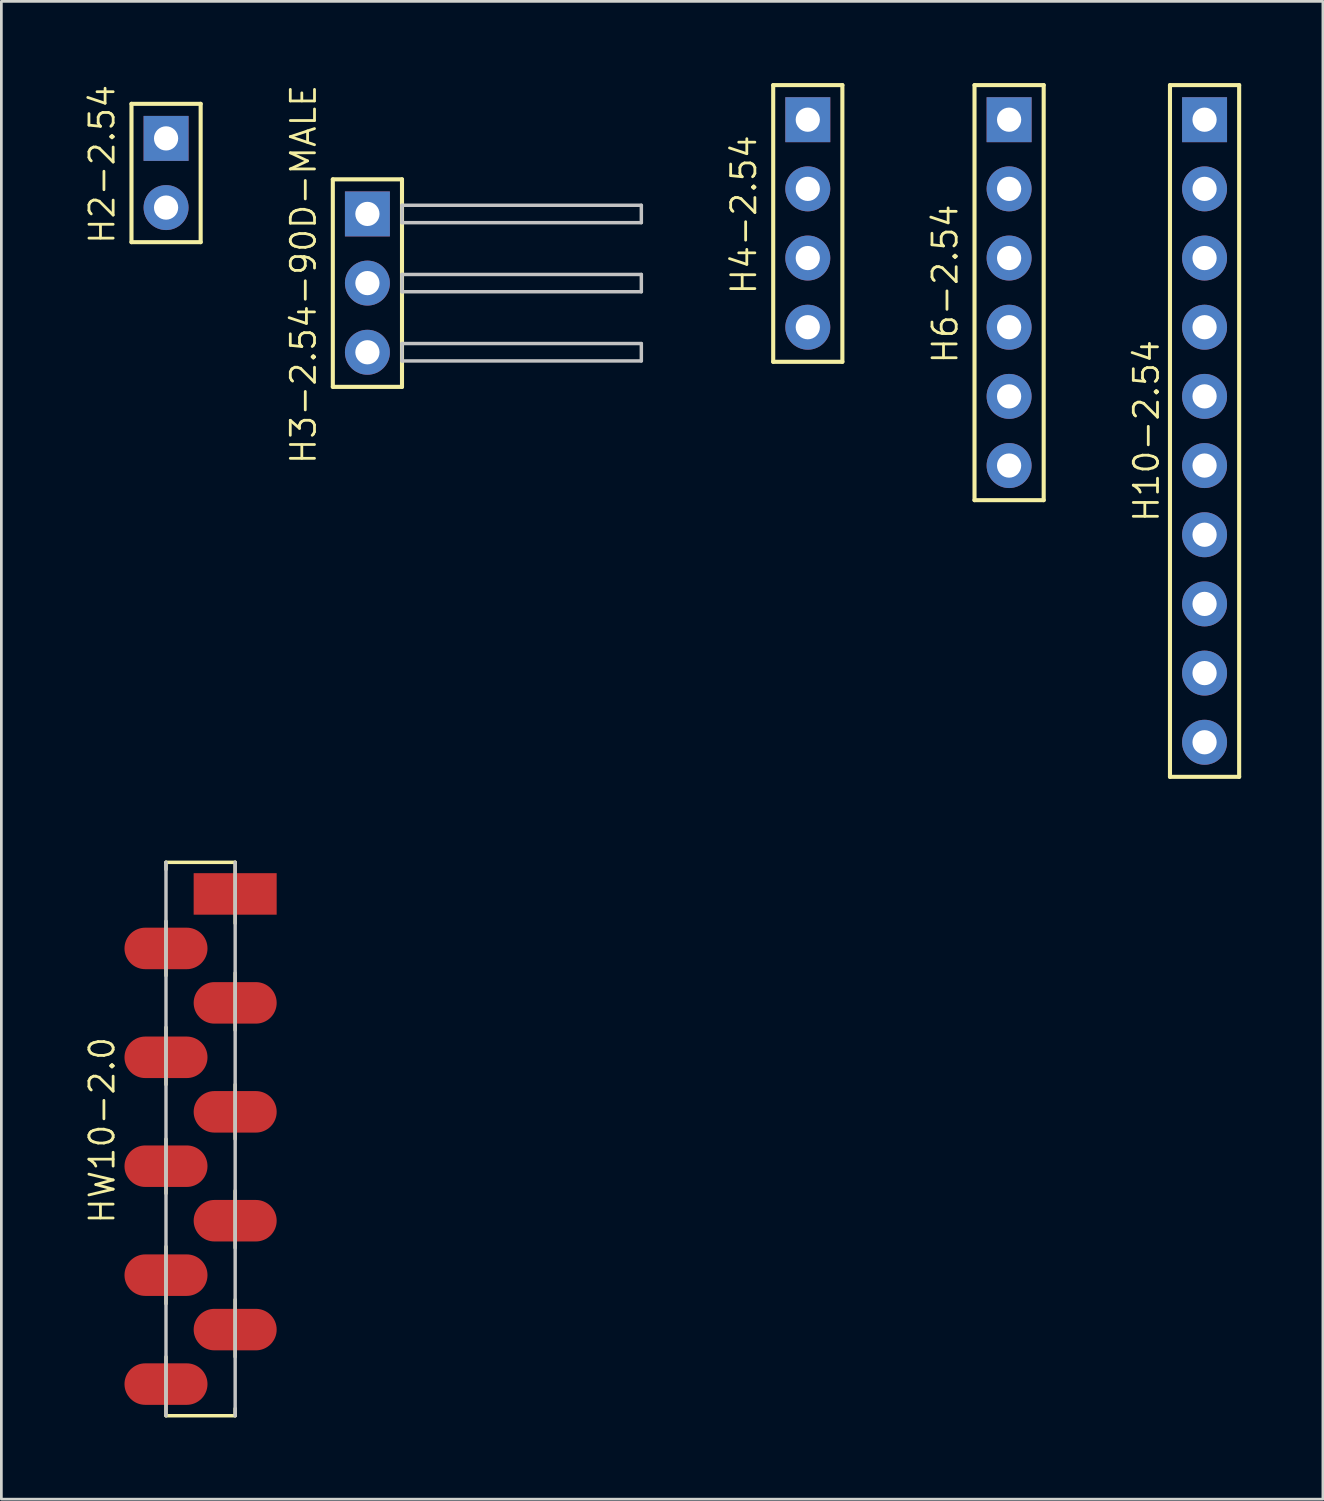
<source format=kicad_pcb>
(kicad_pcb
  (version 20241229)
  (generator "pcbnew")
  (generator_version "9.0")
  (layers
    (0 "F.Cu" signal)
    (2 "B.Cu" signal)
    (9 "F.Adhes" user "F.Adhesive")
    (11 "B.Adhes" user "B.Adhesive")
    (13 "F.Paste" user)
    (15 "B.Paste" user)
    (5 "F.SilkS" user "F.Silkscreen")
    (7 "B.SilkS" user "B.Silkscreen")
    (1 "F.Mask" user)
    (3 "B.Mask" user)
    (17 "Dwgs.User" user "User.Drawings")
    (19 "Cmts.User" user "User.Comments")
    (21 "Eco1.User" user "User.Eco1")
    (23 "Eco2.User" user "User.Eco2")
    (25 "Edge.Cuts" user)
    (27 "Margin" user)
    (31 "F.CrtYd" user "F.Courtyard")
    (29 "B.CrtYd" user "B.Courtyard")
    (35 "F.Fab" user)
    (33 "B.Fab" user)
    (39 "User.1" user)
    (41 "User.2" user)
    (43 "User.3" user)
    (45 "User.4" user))
  (footprint "HW10-2.0"
    (layer "F.Cu")
    (at 4.315 38.773)
    (property "Reference" "HW10-2.0" (at -3.617 -0.318 90) (layer "F.SilkS") (effects (font (size 0.889 0.889) (thickness 0.102))))
    (attr smd)
    (fp_line (start -1.27 -10.16) (end 1.27 -10.16) (stroke (width 0.127) (type solid)) (layer "F.SilkS"))
    (fp_line (start -1.27 -9.898) (end -1.27 -10.16) (stroke (width 0.127) (type solid)) (layer "F.SilkS"))
    (fp_line (start -1.27 -5.999) (end -1.27 -7.998) (stroke (width 0.127) (type solid)) (layer "F.SilkS"))
    (fp_line (start -1.27 -1.999) (end -1.27 -4.1) (stroke (width 0.127) (type solid)) (layer "F.SilkS"))
    (fp_line (start -1.27 1.999) (end -1.27 0) (stroke (width 0.127) (type solid)) (layer "F.SilkS"))
    (fp_line (start -1.27 6.048) (end -1.27 3.95) (stroke (width 0.127) (type solid)) (layer "F.SilkS"))
    (fp_line (start -1.27 10.16) (end -1.27 7.998) (stroke (width 0.127) (type solid)) (layer "F.SilkS"))
    (fp_line (start 1.27 -7.92) (end 1.27 -10.16) (stroke (width 0.127) (type solid)) (layer "F.SilkS"))
    (fp_line (start 1.27 -3.998) (end 1.27 -6.099) (stroke (width 0.127) (type solid)) (layer "F.SilkS"))
    (fp_line (start 1.27 0) (end 1.27 -1.999) (stroke (width 0.127) (type solid)) (layer "F.SilkS"))
    (fp_line (start 1.27 3.998) (end 1.27 1.9) (stroke (width 0.127) (type solid)) (layer "F.SilkS"))
    (fp_line (start 1.27 7.998) (end 1.27 5.898) (stroke (width 0.127) (type solid)) (layer "F.SilkS"))
    (fp_line (start 1.27 10.16) (end -1.27 10.16) (stroke (width 0.127) (type solid)) (layer "F.SilkS"))
    (fp_line (start 1.27 10.16) (end 1.27 9.898) (stroke (width 0.127) (type solid)) (layer "F.SilkS"))
    (fp_line (start -1.27 10.16) (end -1.27 -10.16) (stroke (width 0.127) (type solid)) (layer "Dwgs.User"))
    (fp_line (start 1.27 -10.16) (end 1.27 10.16) (stroke (width 0.127) (type solid)) (layer "Dwgs.User"))
    (pad "1" smd rect (at 1.27 -8.999) (size 3.048 1.524) (layers "F.Cu" "F.Mask" "F.Paste"))
    (pad "2" smd oval (at -1.27 -6.998) (size 3.048 1.524) (layers "F.Cu" "F.Mask" "F.Paste"))
    (pad "3" smd oval (at 1.27 -4.999) (size 3.048 1.524) (layers "F.Cu" "F.Mask" "F.Paste"))
    (pad "4" smd oval (at -1.27 -3) (size 3.048 1.524) (layers "F.Cu" "F.Mask" "F.Paste"))
    (pad "5" smd oval (at 1.27 -0.998) (size 3.048 1.524) (layers "F.Cu" "F.Mask" "F.Paste"))
    (pad "6" smd oval (at -1.27 0.998) (size 3.048 1.524) (layers "F.Cu" "F.Mask" "F.Paste"))
    (pad "7" smd oval (at 1.27 3) (size 3.048 1.524) (layers "F.Cu" "F.Mask" "F.Paste"))
    (pad "8" smd oval (at -1.27 4.999) (size 3.048 1.524) (layers "F.Cu" "F.Mask" "F.Paste"))
    (pad "9" smd oval (at 1.27 6.998) (size 3.048 1.524) (layers "F.Cu" "F.Mask" "F.Paste"))
    (pad "10" smd oval (at -1.27 8.999) (size 3.048 1.524) (layers "F.Cu" "F.Mask" "F.Paste")))
  (footprint "H6-2.54"
    (layer "F.Cu")
    (at 34.003 7.695)
    (property "Reference" "H6-2.54" (at -2.349 -0.318 90) (layer "F.SilkS") (effects (font (size 0.889 0.889) (thickness 0.102))))
    (attr exclude_from_pos_files exclude_from_bom)
    (fp_line (start -1.27 -7.62) (end 1.27 -7.62) (stroke (width 0.15) (type solid)) (layer "F.SilkS"))
    (fp_line (start -1.27 7.62) (end -1.27 -7.62) (stroke (width 0.15) (type solid)) (layer "F.SilkS"))
    (fp_line (start 1.27 -7.62) (end 1.27 7.62) (stroke (width 0.15) (type solid)) (layer "F.SilkS"))
    (fp_line (start 1.27 7.62) (end -1.27 7.62) (stroke (width 0.15) (type solid)) (layer "F.SilkS"))
    (pad "1" thru_hole rect (at 0 -6.35) (size 1.651 1.651) (drill 0.889) (layers "*.Cu" "*.Paste" "*.Mask"))
    (pad "2" thru_hole circle (at 0 -3.81) (size 1.651 1.651) (drill 0.889) (layers "*.Cu" "*.Paste" "*.Mask"))
    (pad "3" thru_hole circle (at 0 -1.27) (size 1.651 1.651) (drill 0.889) (layers "*.Cu" "*.Paste" "*.Mask"))
    (pad "4" thru_hole circle (at 0 1.27) (size 1.651 1.651) (drill 0.889) (layers "*.Cu" "*.Paste" "*.Mask"))
    (pad "5" thru_hole circle (at 0 3.81) (size 1.651 1.651) (drill 0.889) (layers "*.Cu" "*.Paste" "*.Mask"))
    (pad "6" thru_hole circle (at 0 6.35) (size 1.651 1.651) (drill 0.889) (layers "*.Cu" "*.Paste" "*.Mask")))
  (footprint "H10-2.54"
    (layer "F.Cu")
    (at 41.18 12.775)
    (property "Reference" "H10-2.54" (at -2.134 0 90) (layer "F.SilkS") (effects (font (size 0.889 0.889) (thickness 0.102))))
    (attr exclude_from_pos_files exclude_from_bom)
    (fp_line (start -1.27 -12.7) (end 1.27 -12.7) (stroke (width 0.15) (type solid)) (layer "F.SilkS"))
    (fp_line (start -1.27 12.7) (end -1.27 -12.7) (stroke (width 0.15) (type solid)) (layer "F.SilkS"))
    (fp_line (start 1.27 -12.7) (end 1.27 12.7) (stroke (width 0.15) (type solid)) (layer "F.SilkS"))
    (fp_line (start 1.27 12.7) (end -1.27 12.7) (stroke (width 0.15) (type solid)) (layer "F.SilkS"))
    (pad "1" thru_hole rect (at 0 -11.43) (size 1.651 1.651) (drill 0.889) (layers "*.Cu" "*.Paste" "*.Mask"))
    (pad "2" thru_hole circle (at 0 -8.89) (size 1.651 1.651) (drill 0.889) (layers "*.Cu" "*.Paste" "*.Mask"))
    (pad "3" thru_hole circle (at 0 -6.35) (size 1.651 1.651) (drill 0.889) (layers "*.Cu" "*.Paste" "*.Mask"))
    (pad "4" thru_hole circle (at 0 -3.81) (size 1.651 1.651) (drill 0.889) (layers "*.Cu" "*.Paste" "*.Mask"))
    (pad "5" thru_hole circle (at 0 -1.27) (size 1.651 1.651) (drill 0.889) (layers "*.Cu" "*.Paste" "*.Mask"))
    (pad "6" thru_hole circle (at 0 1.27) (size 1.651 1.651) (drill 0.889) (layers "*.Cu" "*.Paste" "*.Mask"))
    (pad "7" thru_hole circle (at 0 3.81) (size 1.651 1.651) (drill 0.889) (layers "*.Cu" "*.Paste" "*.Mask"))
    (pad "8" thru_hole circle (at 0 6.35) (size 1.651 1.651) (drill 0.889) (layers "*.Cu" "*.Paste" "*.Mask"))
    (pad "9" thru_hole circle (at 0 8.89) (size 1.651 1.651) (drill 0.889) (layers "*.Cu" "*.Paste" "*.Mask"))
    (pad "10" thru_hole circle (at 0 11.43) (size 1.651 1.651) (drill 0.889) (layers "*.Cu" "*.Paste" "*.Mask")))
  (footprint "H4-2.54"
    (layer "F.Cu")
    (at 26.611 5.155)
    (property "Reference" "H4-2.54" (at -2.349 -0.318 90) (layer "F.SilkS") (effects (font (size 0.889 0.889) (thickness 0.102))))
    (attr exclude_from_pos_files exclude_from_bom)
    (fp_line (start -1.27 -5.08) (end 1.27 -5.08) (stroke (width 0.15) (type solid)) (layer "F.SilkS"))
    (fp_line (start -1.27 5.08) (end -1.27 -5.08) (stroke (width 0.15) (type solid)) (layer "F.SilkS"))
    (fp_line (start 1.27 -5.08) (end 1.27 5.08) (stroke (width 0.15) (type solid)) (layer "F.SilkS"))
    (fp_line (start 1.27 5.08) (end -1.27 5.08) (stroke (width 0.15) (type solid)) (layer "F.SilkS"))
    (pad "1" thru_hole rect (at 0 -3.81) (size 1.651 1.651) (drill 0.889) (layers "*.Cu" "*.Paste" "*.Mask"))
    (pad "2" thru_hole circle (at 0 -1.27) (size 1.651 1.651) (drill 0.889) (layers "*.Cu" "*.Paste" "*.Mask"))
    (pad "3" thru_hole circle (at 0 1.27) (size 1.651 1.651) (drill 0.889) (layers "*.Cu" "*.Paste" "*.Mask"))
    (pad "4" thru_hole circle (at 0 3.81) (size 1.651 1.651) (drill 0.889) (layers "*.Cu" "*.Paste" "*.Mask")))
  (footprint "H2-2.54"
    (layer "F.Cu")
    (at 3.048 3.302)
    (property "Reference" "H2-2.54" (at -2.349 -0.318 90) (layer "F.SilkS") (effects (font (size 0.889 0.889) (thickness 0.102))))
    (attr exclude_from_pos_files exclude_from_bom)
    (fp_line (start -1.27 -2.54) (end 1.27 -2.54) (stroke (width 0.15) (type solid)) (layer "F.SilkS"))
    (fp_line (start -1.27 2.54) (end -1.27 -2.54) (stroke (width 0.15) (type solid)) (layer "F.SilkS"))
    (fp_line (start 1.27 -2.54) (end 1.27 2.54) (stroke (width 0.15) (type solid)) (layer "F.SilkS"))
    (fp_line (start 1.27 2.54) (end -1.27 2.54) (stroke (width 0.15) (type solid)) (layer "F.SilkS"))
    (pad "1" thru_hole rect (at 0 -1.27) (size 1.651 1.651) (drill 0.889) (layers "*.Cu" "*.Paste" "*.Mask"))
    (pad "2" thru_hole circle (at 0 1.27) (size 1.651 1.651) (drill 0.889) (layers "*.Cu" "*.Paste" "*.Mask")))
  (footprint "H3-2.54-90D-MALE"
    (layer "F.Cu")
    (at 10.441 7.345)
    (property "Reference" "H3-2.54-90D-MALE" (at -2.349 -0.318 90) (layer "F.SilkS") (effects (font (size 0.889 0.889) (thickness 0.102))))
    (attr exclude_from_pos_files exclude_from_bom)
    (fp_line (start -1.27 -3.81) (end 1.27 -3.81) (stroke (width 0.15) (type solid)) (layer "F.SilkS"))
    (fp_line (start -1.27 3.81) (end -1.27 -3.81) (stroke (width 0.15) (type solid)) (layer "F.SilkS"))
    (fp_line (start 1.27 -3.81) (end 1.27 3.81) (stroke (width 0.15) (type solid)) (layer "F.SilkS"))
    (fp_line (start 1.27 3.81) (end -1.27 3.81) (stroke (width 0.15) (type solid)) (layer "F.SilkS"))
    (fp_line (start 1.27 -2.857) (end 1.27 -2.22) (stroke (width 0.127) (type solid)) (layer "Dwgs.User"))
    (fp_line (start 1.27 -2.22) (end 10.058 -2.22) (stroke (width 0.127) (type solid)) (layer "Dwgs.User"))
    (fp_line (start 1.27 -0.318) (end 1.27 0.318) (stroke (width 0.127) (type solid)) (layer "Dwgs.User"))
    (fp_line (start 1.27 0.318) (end 10.058 0.318) (stroke (width 0.127) (type solid)) (layer "Dwgs.User"))
    (fp_line (start 1.27 2.22) (end 1.27 2.857) (stroke (width 0.127) (type solid)) (layer "Dwgs.User"))
    (fp_line (start 1.27 2.857) (end 10.058 2.857) (stroke (width 0.127) (type solid)) (layer "Dwgs.User"))
    (fp_line (start 10.058 -2.857) (end 1.27 -2.857) (stroke (width 0.127) (type solid)) (layer "Dwgs.User"))
    (fp_line (start 10.058 -2.857) (end 10.058 -2.22) (stroke (width 0.127) (type solid)) (layer "Dwgs.User"))
    (fp_line (start 10.058 -0.318) (end 1.27 -0.318) (stroke (width 0.127) (type solid)) (layer "Dwgs.User"))
    (fp_line (start 10.058 -0.318) (end 10.058 0.318) (stroke (width 0.127) (type solid)) (layer "Dwgs.User"))
    (fp_line (start 10.058 2.22) (end 1.27 2.22) (stroke (width 0.127) (type solid)) (layer "Dwgs.User"))
    (fp_line (start 10.058 2.22) (end 10.058 2.857) (stroke (width 0.127) (type solid)) (layer "Dwgs.User"))
    (pad "1" thru_hole rect (at 0 -2.54) (size 1.651 1.651) (drill 0.889) (layers "*.Cu" "*.Paste" "*.Mask"))
    (pad "2" thru_hole circle (at 0 0) (size 1.651 1.651) (drill 0.889) (layers "*.Cu" "*.Paste" "*.Mask"))
    (pad "3" thru_hole circle (at 0 2.54) (size 1.651 1.651) (drill 0.889) (layers "*.Cu" "*.Paste" "*.Mask")))
  (gr_rect
    (start -3 -3)
    (end 45.525 51.997)
    (stroke (width 0.1) (type default))
    (fill no)
    (layer "Edge.Cuts")))
</source>
